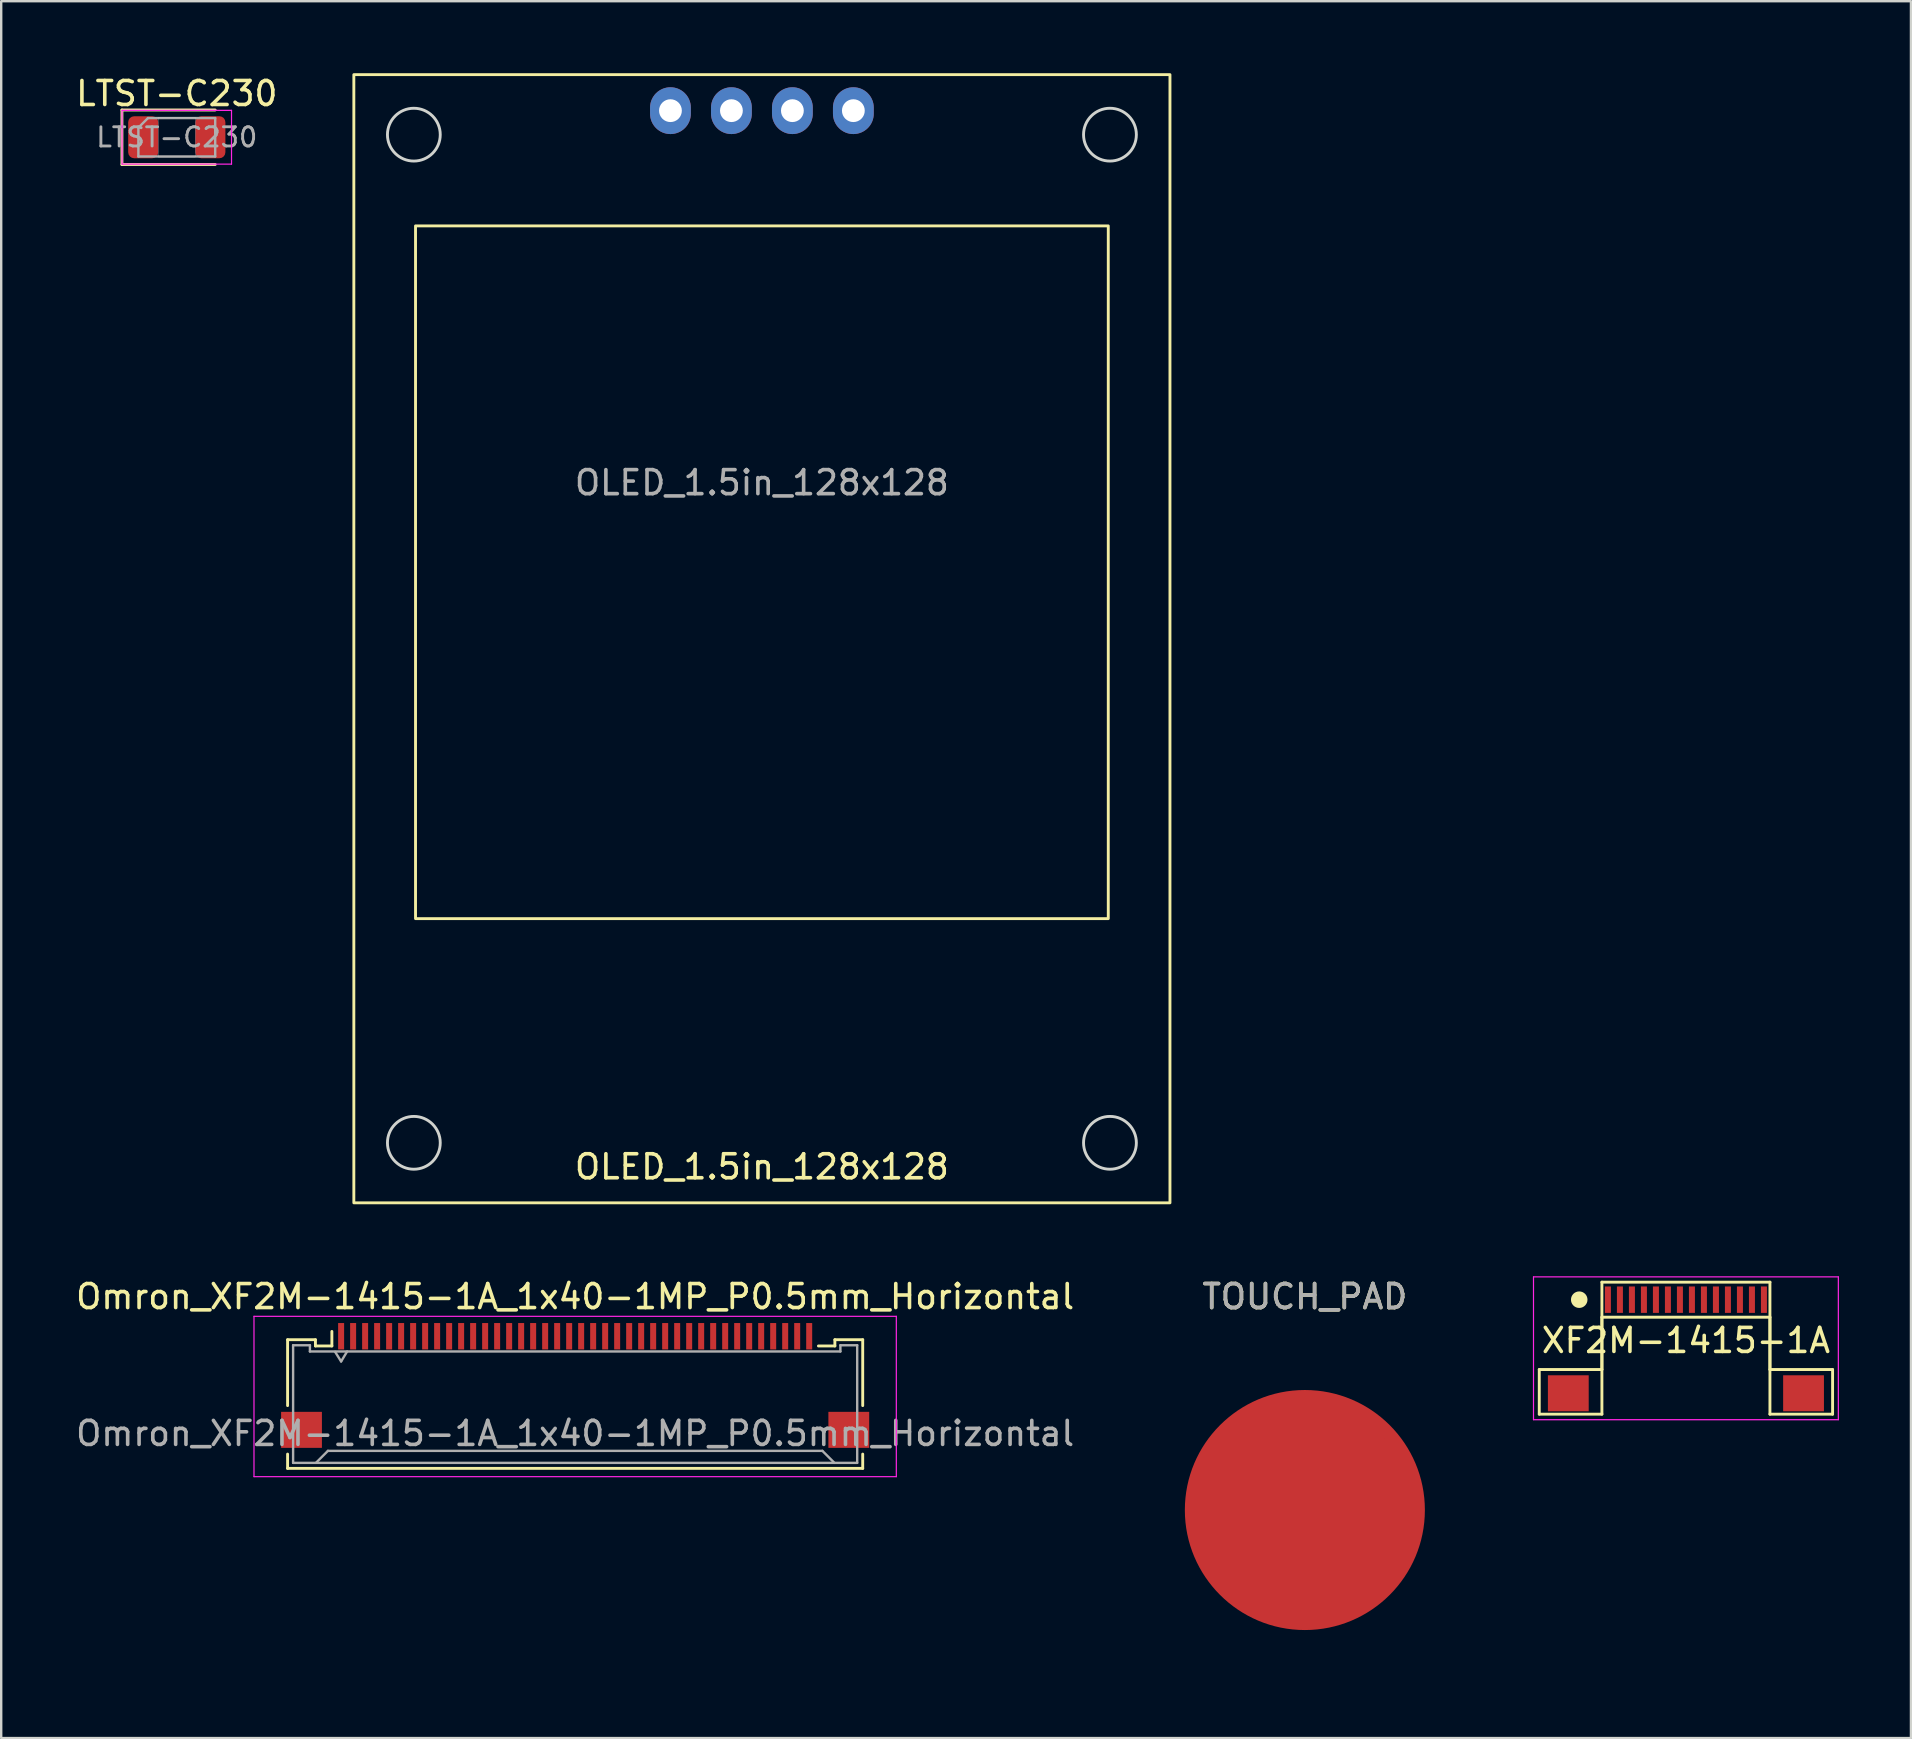
<source format=kicad_pcb>
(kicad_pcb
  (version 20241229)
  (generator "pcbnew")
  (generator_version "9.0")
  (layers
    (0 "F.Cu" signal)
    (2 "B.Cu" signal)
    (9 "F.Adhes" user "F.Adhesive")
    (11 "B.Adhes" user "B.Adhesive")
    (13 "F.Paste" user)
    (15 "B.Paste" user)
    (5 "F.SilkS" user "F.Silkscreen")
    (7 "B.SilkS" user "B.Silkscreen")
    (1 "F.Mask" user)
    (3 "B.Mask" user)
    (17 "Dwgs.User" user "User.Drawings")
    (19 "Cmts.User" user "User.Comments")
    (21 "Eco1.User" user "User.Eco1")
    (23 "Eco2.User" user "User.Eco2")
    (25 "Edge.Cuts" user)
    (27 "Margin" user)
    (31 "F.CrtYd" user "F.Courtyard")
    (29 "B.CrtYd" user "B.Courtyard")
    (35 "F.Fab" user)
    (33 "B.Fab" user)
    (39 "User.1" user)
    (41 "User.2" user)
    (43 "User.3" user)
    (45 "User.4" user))
  (footprint "OLED_1.5in_128x128"
    (layer "F.Cu")
    (at 28.691 20.79)
    (property "Reference" "OLED_1.5in_128x128" (at 0 24.77 0) (unlocked yes) (layer "F.SilkS") (effects (font (size 1 1) (thickness 0.15))))
    (attr through_hole)
    (fp_rect (start -17 -20.73) (end 17 26.27) (stroke (width 0.12) (type default)) (fill no) (layer "F.SilkS"))
    (fp_rect (start -14.43 -14.43) (end 14.43 14.43) (stroke (width 0.12) (type default)) (fill no) (layer "F.SilkS"))
    (fp_circle (center -14.5 -18.23) (end -13.4 -18.23) (stroke (width 0.12) (type default)) (fill no) (layer "Edge.Cuts"))
    (fp_circle (center -14.5 23.77) (end -13.4 23.77) (stroke (width 0.12) (type default)) (fill no) (layer "Edge.Cuts"))
    (fp_circle (center 14.5 -18.23) (end 15.6 -18.23) (stroke (width 0.12) (type default)) (fill no) (layer "Edge.Cuts"))
    (fp_circle (center 14.5 23.77) (end 15.6 23.77) (stroke (width 0.12) (type default)) (fill no) (layer "Edge.Cuts"))
    (fp_text user "${REFERENCE}" (at 0 -3.73 0) (unlocked yes) (layer "F.Fab") (effects (font (size 1 1) (thickness 0.15))))
    (pad "1" thru_hole oval (at -3.81 -19.23) (size 1.7 1.95) (drill 0.95) (layers "*.Cu" "*.Mask"))
    (pad "2" thru_hole oval (at -1.27 -19.23) (size 1.7 1.95) (drill 0.95) (layers "*.Cu" "*.Mask"))
    (pad "3" thru_hole oval (at 1.27 -19.23) (size 1.7 1.95) (drill 0.95) (layers "*.Cu" "*.Mask"))
    (pad "4" thru_hole oval (at 3.81 -19.23) (size 1.7 1.95) (drill 0.95) (layers "*.Cu" "*.Mask")))
  (footprint "XF2M-1415-1A"
    (layer "F.Cu")
    (at 67.186 51.095)
    (property "Reference" "XF2M-1415-1A" (at 0 1.7 0) (layer "F.SilkS") (effects (font (size 1 1) (thickness 0.15))))
    (attr smd)
    (fp_line (start -6.11 2.91) (end -3.5 2.91) (stroke (width 0.12) (type default)) (layer "F.SilkS"))
    (fp_line (start -6.11 4.77) (end -6.11 2.91) (stroke (width 0.12) (type default)) (layer "F.SilkS"))
    (fp_line (start -3.5 -0.73) (end 3.5 -0.73) (stroke (width 0.12) (type default)) (layer "F.SilkS"))
    (fp_line (start -3.5 0.73) (end -3.5 4.77) (stroke (width 0.12) (type default)) (layer "F.SilkS"))
    (fp_line (start -3.5 0.73) (end 3.5 0.73) (stroke (width 0.12) (type default)) (layer "F.SilkS"))
    (fp_line (start -3.5 2.91) (end -3.5 -0.73) (stroke (width 0.12) (type default)) (layer "F.SilkS"))
    (fp_line (start -3.5 4.77) (end -6.11 4.77) (stroke (width 0.12) (type default)) (layer "F.SilkS"))
    (fp_line (start 3.5 0.73) (end 3.5 4.77) (stroke (width 0.12) (type default)) (layer "F.SilkS"))
    (fp_line (start 3.5 2.91) (end 3.5 -0.73) (stroke (width 0.12) (type default)) (layer "F.SilkS"))
    (fp_line (start 3.5 4.77) (end 6.11 4.77) (stroke (width 0.12) (type default)) (layer "F.SilkS"))
    (fp_line (start 6.11 2.91) (end 3.5 2.91) (stroke (width 0.12) (type default)) (layer "F.SilkS"))
    (fp_line (start 6.11 4.77) (end 6.11 2.91) (stroke (width 0.12) (type default)) (layer "F.SilkS"))
    (fp_circle (center -4.445 0) (end -4.161 0) (stroke (width 0.12) (type solid)) (fill yes) (layer "F.SilkS"))
    (fp_line (start -6.35 -0.95) (end -6.35 5) (stroke (width 0.05) (type default)) (layer "F.CrtYd"))
    (fp_line (start -6.35 -0.95) (end 6.35 -0.95) (stroke (width 0.05) (type default)) (layer "F.CrtYd"))
    (fp_line (start -6.35 5) (end 6.35 5) (stroke (width 0.05) (type default)) (layer "F.CrtYd"))
    (fp_line (start 6.35 -0.95) (end 6.35 5) (stroke (width 0.05) (type default)) (layer "F.CrtYd"))
    (pad "1" smd rect (at -3.25 0) (size 0.25 1.1) (layers "F.Cu" "F.Mask" "F.Paste"))
    (pad "2" smd rect (at -2.75 0) (size 0.25 1.1) (layers "F.Cu" "F.Mask" "F.Paste"))
    (pad "3" smd rect (at -2.25 0) (size 0.25 1.1) (layers "F.Cu" "F.Mask" "F.Paste"))
    (pad "4" smd rect (at -1.75 0) (size 0.25 1.1) (layers "F.Cu" "F.Mask" "F.Paste"))
    (pad "5" smd rect (at -1.25 0) (size 0.25 1.1) (layers "F.Cu" "F.Mask" "F.Paste"))
    (pad "6" smd rect (at -0.75 0) (size 0.25 1.1) (layers "F.Cu" "F.Mask" "F.Paste"))
    (pad "7" smd rect (at -0.25 0) (size 0.25 1.1) (layers "F.Cu" "F.Mask" "F.Paste"))
    (pad "8" smd rect (at 0.25 0) (size 0.25 1.1) (layers "F.Cu" "F.Mask" "F.Paste"))
    (pad "9" smd rect (at 0.75 0) (size 0.25 1.1) (layers "F.Cu" "F.Mask" "F.Paste"))
    (pad "10" smd rect (at 1.25 0) (size 0.25 1.1) (layers "F.Cu" "F.Mask" "F.Paste"))
    (pad "11" smd rect (at 1.75 0) (size 0.25 1.1) (layers "F.Cu" "F.Mask" "F.Paste"))
    (pad "12" smd rect (at 2.25 0) (size 0.25 1.1) (layers "F.Cu" "F.Mask" "F.Paste"))
    (pad "13" smd rect (at 2.75 0) (size 0.25 1.1) (layers "F.Cu" "F.Mask" "F.Paste"))
    (pad "14" smd rect (at 3.25 0) (size 0.25 1.1) (layers "F.Cu" "F.Mask" "F.Paste"))
    (pad "MP" smd rect (at -4.9 3.9) (size 1.7 1.5) (layers "F.Cu" "F.Mask" "F.Paste"))
    (pad "MP" smd rect (at 4.9 3.9) (size 1.7 1.5) (layers "F.Cu" "F.Mask" "F.Paste")))
  (footprint "LTST-C230"
    (layer "F.Cu")
    (at 4.315 2.668)
    (property "Reference" "LTST-C230" (at 0 -1.82 0) (layer "F.SilkS") (effects (font (size 1 1) (thickness 0.15))))
    (attr smd)
    (fp_line (start -2.285 -1.135) (end -2.285 1.135) (stroke (width 0.12) (type solid)) (layer "F.SilkS"))
    (fp_line (start -2.285 1.135) (end 1.6 1.135) (stroke (width 0.12) (type solid)) (layer "F.SilkS"))
    (fp_line (start 1.6 -1.135) (end -2.285 -1.135) (stroke (width 0.12) (type solid)) (layer "F.SilkS"))
    (fp_rect (start -0.775 -0.825) (end 0.775 0.825) (stroke (width 0.01) (type default)) (fill no) (layer "Edge.Cuts"))
    (fp_line (start -2.28 -1.12) (end 2.28 -1.12) (stroke (width 0.05) (type solid)) (layer "F.CrtYd"))
    (fp_line (start -2.28 1.12) (end -2.28 -1.12) (stroke (width 0.05) (type solid)) (layer "F.CrtYd"))
    (fp_line (start 2.28 -1.12) (end 2.28 1.12) (stroke (width 0.05) (type solid)) (layer "F.CrtYd"))
    (fp_line (start 2.28 1.12) (end -2.28 1.12) (stroke (width 0.05) (type solid)) (layer "F.CrtYd"))
    (fp_line (start -1.6 -0.4) (end -1.6 0.8) (stroke (width 0.1) (type solid)) (layer "F.Fab"))
    (fp_line (start -1.6 0.8) (end 1.6 0.8) (stroke (width 0.1) (type solid)) (layer "F.Fab"))
    (fp_line (start -1.2 -0.8) (end -1.6 -0.4) (stroke (width 0.1) (type solid)) (layer "F.Fab"))
    (fp_line (start 1.6 -0.8) (end -1.2 -0.8) (stroke (width 0.1) (type solid)) (layer "F.Fab"))
    (fp_line (start 1.6 0.8) (end 1.6 -0.8) (stroke (width 0.1) (type solid)) (layer "F.Fab"))
    (fp_text user "${REFERENCE}" (at 0 0 0) (layer "F.Fab") (effects (font (size 0.8 0.8) (thickness 0.12))))
    (pad "1" smd roundrect (at -1.4 0) (size 1.25 1.75) (layers "F.Cu" "F.Mask" "F.Paste") (roundrect_rratio 0.2))
    (pad "2" smd roundrect (at 1.4 0) (size 1.25 1.75) (layers "F.Cu" "F.Mask" "F.Paste") (roundrect_rratio 0.2)))
  (footprint "TOUCH_PAD"
    (layer "F.Cu")
    (at 51.311 59.858)
    (property "Reference" "TOUCH_PAD" (at 0 -8.89 0) (unlocked yes) (layer "F.SilkS") (effects (font (size 1 1) (thickness 0.15))))
    (attr smd)
    (fp_text user "${REFERENCE}" (at 0 -8.89 0) (unlocked yes) (layer "F.Fab") (effects (font (size 1 1) (thickness 0.15))))
    (pad "1" smd circle (at -4.445 0) (size 0.5 0.5) (layers "F.Cu"))
    (pad "1" smd circle (at -3.175 -3.175) (size 0.5 0.5) (layers "F.Cu"))
    (pad "1" smd circle (at -3.175 3.175) (size 0.5 0.5) (layers "F.Cu"))
    (pad "1" smd circle (at 0 -4.445) (size 0.5 0.5) (layers "F.Cu"))
    (pad "1" smd circle (at 0 0) (size 10 10) (layers "F.Cu"))
    (pad "1" smd circle (at 0 4.445) (size 0.5 0.5) (layers "F.Cu"))
    (pad "1" smd circle (at 3.175 -3.175) (size 0.5 0.5) (layers "F.Cu"))
    (pad "1" smd circle (at 3.175 3.175) (size 0.5 0.5) (layers "F.Cu"))
    (pad "1" smd circle (at 4.445 0) (size 0.5 0.5) (layers "F.Cu"))
    (zone (net_name "") (layer "B.Cu") (hatch edge 0.5) (connect_pads) (min_thickness 0.25) (filled_areas_thickness no) (keepout (tracks allowed) (vias allowed) (pads allowed) (copperpour not_allowed) (footprints allowed)) (placement (enabled no)) (fill) (polygon (pts (xy 57.811 59.858) (xy 57.781 60.428) (xy 57.711 60.998) (xy 57.581 61.568) (xy 57.411 62.108) (xy 57.181 62.638) (xy 56.921 63.148) (xy 56.601 63.628) (xy 56.251 64.088) (xy 55.861 64.508) (xy 55.431 64.888) (xy 54.971 65.228) (xy 54.481 65.538) (xy 53.961 65.788) (xy 53.431 66.008) (xy 52.881 66.168) (xy 52.311 66.278) (xy 51.741 66.348) (xy 51.171 66.358) (xy 50.591 66.318) (xy 50.021 66.228) (xy 49.471 66.088) (xy 48.921 65.908) (xy 48.401 65.668) (xy 47.901 65.388) (xy 47.421 65.068) (xy 46.971 64.698) (xy 46.561 64.298) (xy 46.191 63.858) (xy 45.861 63.398) (xy 45.561 62.898) (xy 45.321 62.378) (xy 45.121 61.838) (xy 44.971 61.288) (xy 44.871 60.718) (xy 44.821 60.148) (xy 44.821 59.568) (xy 44.871 58.998) (xy 44.971 58.428) (xy 45.121 57.878) (xy 45.321 57.338) (xy 45.561 56.818) (xy 45.861 56.318) (xy 46.191 55.858) (xy 46.561 55.418) (xy 46.971 55.018) (xy 47.421 54.648) (xy 47.901 54.328) (xy 48.401 54.048) (xy 48.921 53.808) (xy 49.471 53.628) (xy 50.021 53.488) (xy 50.591 53.398) (xy 51.171 53.358) (xy 51.741 53.368) (xy 52.311 53.438) (xy 52.881 53.548) (xy 53.431 53.708) (xy 53.961 53.928) (xy 54.481 54.178) (xy 54.971 54.488) (xy 55.431 54.828) (xy 55.861 55.208) (xy 56.251 55.628) (xy 56.601 56.088) (xy 56.921 56.568) (xy 57.181 57.078) (xy 57.411 57.608) (xy 57.581 58.148) (xy 57.711 58.718) (xy 57.781 59.288)))))
  (footprint "Omron_XF2M-1415-1A_1x40-1MP_P0.5mm_Horizontal"
    (layer "F.Cu")
    (at 20.911 54.668)
    (property "Reference" "Omron_XF2M-1415-1A_1x40-1MP_P0.5mm_Horizontal" (at 0 -3.7 0) (layer "F.SilkS") (effects (font (size 1 1) (thickness 0.15))))
    (attr smd)
    (fp_line (start -11.98 -1.905) (end -11.98 0.84) (stroke (width 0.12) (type solid)) (layer "F.SilkS"))
    (fp_line (start -11.98 2.86) (end -11.98 3.455) (stroke (width 0.12) (type solid)) (layer "F.SilkS"))
    (fp_line (start -11.98 3.455) (end 11.98 3.455) (stroke (width 0.12) (type solid)) (layer "F.SilkS"))
    (fp_line (start -10.82 -1.905) (end -11.98 -1.905) (stroke (width 0.12) (type solid)) (layer "F.SilkS"))
    (fp_line (start -10.82 -1.645) (end -10.82 -1.905) (stroke (width 0.12) (type solid)) (layer "F.SilkS"))
    (fp_line (start -10.135 -1.645) (end -10.82 -1.645) (stroke (width 0.12) (type solid)) (layer "F.SilkS"))
    (fp_line (start -10.135 -1.645) (end -10.135 -2.25) (stroke (width 0.12) (type solid)) (layer "F.SilkS"))
    (fp_line (start 10.82 -1.905) (end 10.82 -1.645) (stroke (width 0.12) (type solid)) (layer "F.SilkS"))
    (fp_line (start 10.82 -1.645) (end 10.135 -1.645) (stroke (width 0.12) (type solid)) (layer "F.SilkS"))
    (fp_line (start 11.98 -1.905) (end 10.82 -1.905) (stroke (width 0.12) (type solid)) (layer "F.SilkS"))
    (fp_line (start 11.98 0.84) (end 11.98 -1.905) (stroke (width 0.12) (type solid)) (layer "F.SilkS"))
    (fp_line (start 11.98 3.455) (end 11.98 2.86) (stroke (width 0.12) (type solid)) (layer "F.SilkS"))
    (fp_line (start -13.38 -2.88) (end 13.38 -2.88) (stroke (width 0.05) (type solid)) (layer "F.CrtYd"))
    (fp_line (start -13.38 3.8) (end -13.38 -2.88) (stroke (width 0.05) (type solid)) (layer "F.CrtYd"))
    (fp_line (start 13.38 -2.88) (end 13.38 3.8) (stroke (width 0.05) (type solid)) (layer "F.CrtYd"))
    (fp_line (start 13.38 3.8) (end -13.38 3.8) (stroke (width 0.05) (type solid)) (layer "F.CrtYd"))
    (fp_line (start -11.75 -1.675) (end -11.75 3.225) (stroke (width 0.1) (type solid)) (layer "F.Fab"))
    (fp_line (start -11.75 3.225) (end 11.75 3.225) (stroke (width 0.1) (type solid)) (layer "F.Fab"))
    (fp_line (start -11.05 -1.675) (end -11.75 -1.675) (stroke (width 0.1) (type solid)) (layer "F.Fab"))
    (fp_line (start -11.05 -1.675) (end -11.05 -1.415) (stroke (width 0.1) (type solid)) (layer "F.Fab"))
    (fp_line (start -10.3 2.725) (end -10.8 3.225) (stroke (width 0.1) (type solid)) (layer "F.Fab"))
    (fp_line (start -10.3 2.725) (end 10.3 2.725) (stroke (width 0.1) (type solid)) (layer "F.Fab"))
    (fp_line (start -9.75 -1) (end -10 -1.4) (stroke (width 0.1) (type solid)) (layer "F.Fab"))
    (fp_line (start -9.5 -1.415) (end -9.75 -1) (stroke (width 0.1) (type solid)) (layer "F.Fab"))
    (fp_line (start 10.3 2.725) (end 10.8 3.225) (stroke (width 0.1) (type solid)) (layer "F.Fab"))
    (fp_line (start 11.05 -1.675) (end 11.05 -1.415) (stroke (width 0.1) (type solid)) (layer "F.Fab"))
    (fp_line (start 11.05 -1.675) (end 11.75 -1.675) (stroke (width 0.1) (type solid)) (layer "F.Fab"))
    (fp_line (start 11.05 -1.415) (end -11.05 -1.415) (stroke (width 0.1) (type solid)) (layer "F.Fab"))
    (fp_line (start 11.75 3.225) (end 11.75 -1.675) (stroke (width 0.1) (type solid)) (layer "F.Fab"))
    (fp_text user "${REFERENCE}" (at 0 2 0) (layer "F.Fab") (effects (font (size 1 1) (thickness 0.15))))
    (pad "1" smd rect (at -9.75 -2.05) (size 0.25 1.1) (layers "F.Cu" "F.Mask" "F.Paste"))
    (pad "2" smd rect (at -9.25 -2.05) (size 0.25 1.1) (layers "F.Cu" "F.Mask" "F.Paste"))
    (pad "3" smd rect (at -8.75 -2.05) (size 0.25 1.1) (layers "F.Cu" "F.Mask" "F.Paste"))
    (pad "4" smd rect (at -8.25 -2.05) (size 0.25 1.1) (layers "F.Cu" "F.Mask" "F.Paste"))
    (pad "5" smd rect (at -7.75 -2.05) (size 0.25 1.1) (layers "F.Cu" "F.Mask" "F.Paste"))
    (pad "6" smd rect (at -7.25 -2.05) (size 0.25 1.1) (layers "F.Cu" "F.Mask" "F.Paste"))
    (pad "7" smd rect (at -6.75 -2.05) (size 0.25 1.1) (layers "F.Cu" "F.Mask" "F.Paste"))
    (pad "8" smd rect (at -6.25 -2.05) (size 0.25 1.1) (layers "F.Cu" "F.Mask" "F.Paste"))
    (pad "9" smd rect (at -5.75 -2.05) (size 0.25 1.1) (layers "F.Cu" "F.Mask" "F.Paste"))
    (pad "10" smd rect (at -5.25 -2.05) (size 0.25 1.1) (layers "F.Cu" "F.Mask" "F.Paste"))
    (pad "11" smd rect (at -4.75 -2.05) (size 0.25 1.1) (layers "F.Cu" "F.Mask" "F.Paste"))
    (pad "12" smd rect (at -4.25 -2.05) (size 0.25 1.1) (layers "F.Cu" "F.Mask" "F.Paste"))
    (pad "13" smd rect (at -3.75 -2.05) (size 0.25 1.1) (layers "F.Cu" "F.Mask" "F.Paste"))
    (pad "14" smd rect (at -3.25 -2.05) (size 0.25 1.1) (layers "F.Cu" "F.Mask" "F.Paste"))
    (pad "15" smd rect (at -2.75 -2.05) (size 0.25 1.1) (layers "F.Cu" "F.Mask" "F.Paste"))
    (pad "16" smd rect (at -2.25 -2.05) (size 0.25 1.1) (layers "F.Cu" "F.Mask" "F.Paste"))
    (pad "17" smd rect (at -1.75 -2.05) (size 0.25 1.1) (layers "F.Cu" "F.Mask" "F.Paste"))
    (pad "18" smd rect (at -1.25 -2.05) (size 0.25 1.1) (layers "F.Cu" "F.Mask" "F.Paste"))
    (pad "19" smd rect (at -0.75 -2.05) (size 0.25 1.1) (layers "F.Cu" "F.Mask" "F.Paste"))
    (pad "20" smd rect (at -0.25 -2.05) (size 0.25 1.1) (layers "F.Cu" "F.Mask" "F.Paste"))
    (pad "21" smd rect (at 0.25 -2.05) (size 0.25 1.1) (layers "F.Cu" "F.Mask" "F.Paste"))
    (pad "22" smd rect (at 0.75 -2.05) (size 0.25 1.1) (layers "F.Cu" "F.Mask" "F.Paste"))
    (pad "23" smd rect (at 1.25 -2.05) (size 0.25 1.1) (layers "F.Cu" "F.Mask" "F.Paste"))
    (pad "24" smd rect (at 1.75 -2.05) (size 0.25 1.1) (layers "F.Cu" "F.Mask" "F.Paste"))
    (pad "25" smd rect (at 2.25 -2.05) (size 0.25 1.1) (layers "F.Cu" "F.Mask" "F.Paste"))
    (pad "26" smd rect (at 2.75 -2.05) (size 0.25 1.1) (layers "F.Cu" "F.Mask" "F.Paste"))
    (pad "27" smd rect (at 3.25 -2.05) (size 0.25 1.1) (layers "F.Cu" "F.Mask" "F.Paste"))
    (pad "28" smd rect (at 3.75 -2.05) (size 0.25 1.1) (layers "F.Cu" "F.Mask" "F.Paste"))
    (pad "29" smd rect (at 4.25 -2.05) (size 0.25 1.1) (layers "F.Cu" "F.Mask" "F.Paste"))
    (pad "30" smd rect (at 4.75 -2.05) (size 0.25 1.1) (layers "F.Cu" "F.Mask" "F.Paste"))
    (pad "31" smd rect (at 5.25 -2.05) (size 0.25 1.1) (layers "F.Cu" "F.Mask" "F.Paste"))
    (pad "32" smd rect (at 5.75 -2.05) (size 0.25 1.1) (layers "F.Cu" "F.Mask" "F.Paste"))
    (pad "33" smd rect (at 6.25 -2.05) (size 0.25 1.1) (layers "F.Cu" "F.Mask" "F.Paste"))
    (pad "34" smd rect (at 6.75 -2.05) (size 0.25 1.1) (layers "F.Cu" "F.Mask" "F.Paste"))
    (pad "35" smd rect (at 7.25 -2.05) (size 0.25 1.1) (layers "F.Cu" "F.Mask" "F.Paste"))
    (pad "36" smd rect (at 7.75 -2.05) (size 0.25 1.1) (layers "F.Cu" "F.Mask" "F.Paste"))
    (pad "37" smd rect (at 8.25 -2.05) (size 0.25 1.1) (layers "F.Cu" "F.Mask" "F.Paste"))
    (pad "38" smd rect (at 8.75 -2.05) (size 0.25 1.1) (layers "F.Cu" "F.Mask" "F.Paste"))
    (pad "39" smd rect (at 9.25 -2.05) (size 0.25 1.1) (layers "F.Cu" "F.Mask" "F.Paste"))
    (pad "40" smd rect (at 9.75 -2.05) (size 0.25 1.1) (layers "F.Cu" "F.Mask" "F.Paste"))
    (pad "MP" smd rect (at -11.4 1.85) (size 1.7 1.5) (layers "F.Cu" "F.Mask" "F.Paste"))
    (pad "MP" smd rect (at 11.4 1.85) (size 1.7 1.5) (layers "F.Cu" "F.Mask" "F.Paste")))
  (gr_rect
    (start -3 -3)
    (end 76.561 69.358)
    (stroke (width 0.1) (type default))
    (fill no)
    (layer "Edge.Cuts")))
</source>
